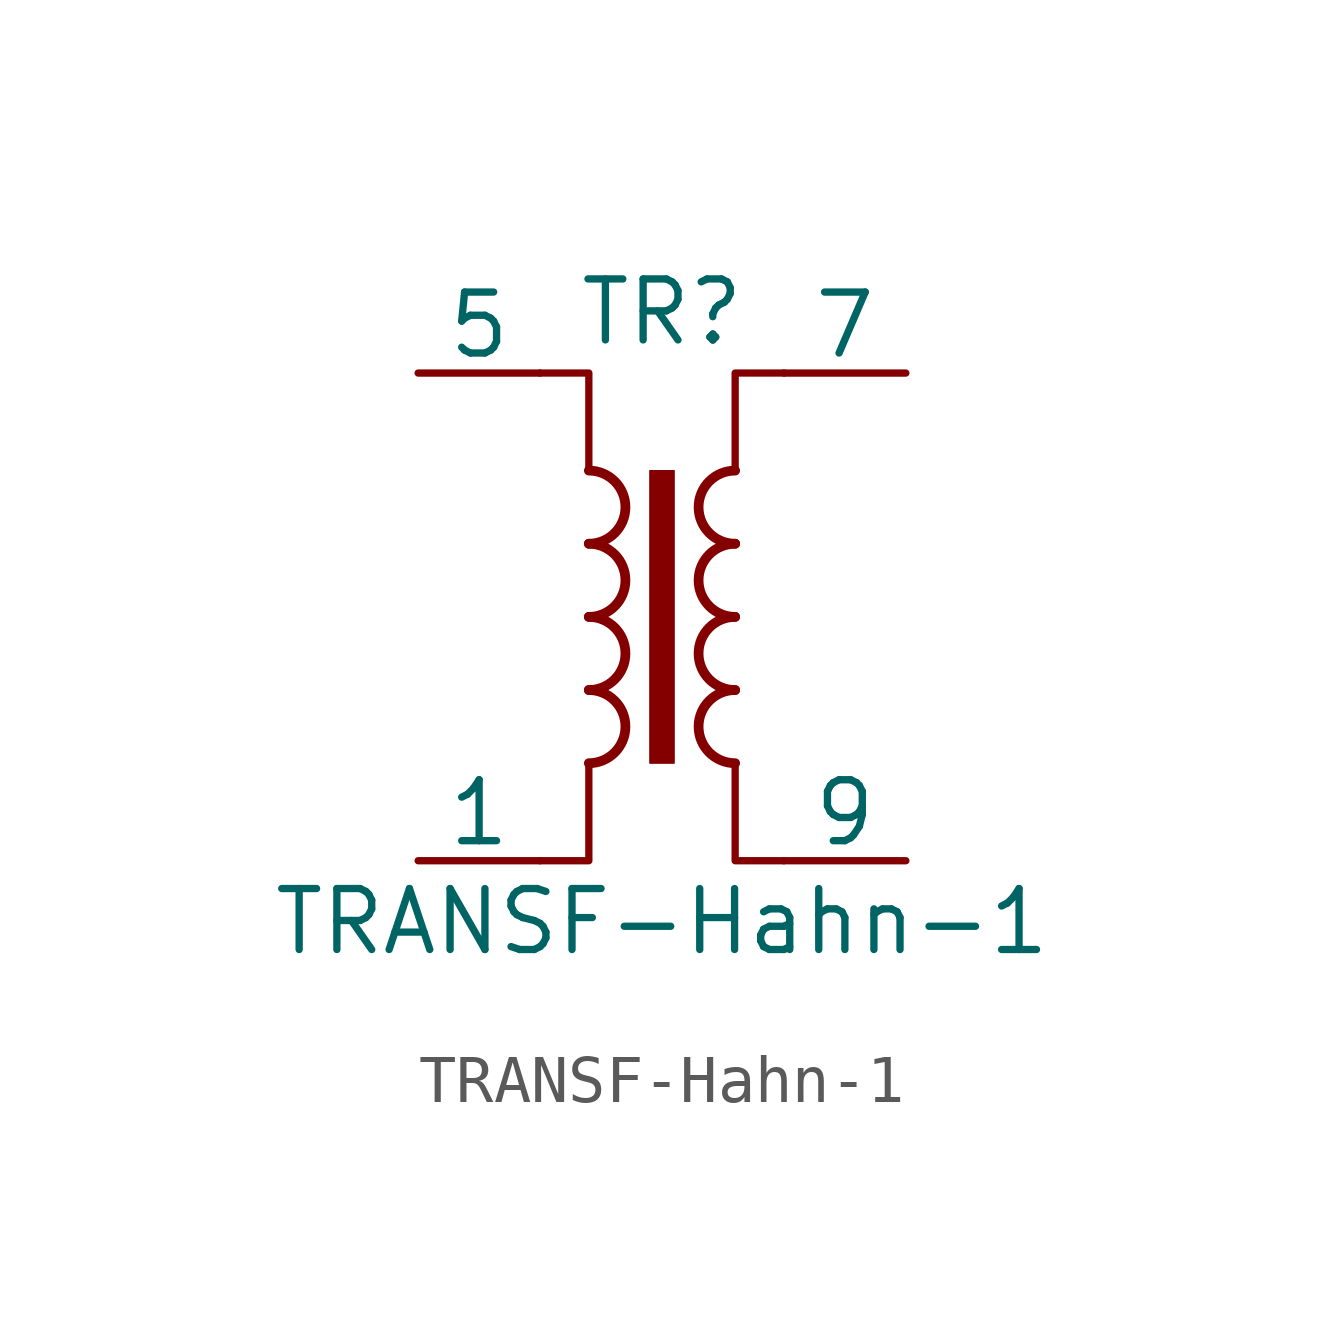
<source format=kicad_sym>
(kicad_symbol_lib
  (version 20211014)
  (generator kicad_symbol_editor)
  (symbol "TRANSF-Hahn-1"
    (pin_numbers hide)
    (pin_names
      (offset 0))
    (property "Reference" "TR"
      (at 0 6.35 0)
      (effects (font (size 1.27 1.27))))
    (property "Value" "TRANSF-Hahn-1"
      (at 0 -6.35 0)
      (effects (font (size 1.27 1.27))))
    (symbol "TRANSF-Hahn-1_0_1"
      (arc (start -1.524 -3.048) (mid -0.762 -2.286) (end -1.524 -1.524) (stroke (width 0.2032) (type default) (color 0 0 0 0)) (fill (type none)))
      (arc (start -1.524 -1.524) (mid -0.762 -0.762) (end -1.524 0) (stroke (width 0.2032) (type default) (color 0 0 0 0)) (fill (type none)))
      (arc (start -1.524 0) (mid -0.762 0.762) (end -1.524 1.524) (stroke (width 0.2032) (type default) (color 0 0 0 0)) (fill (type none)))
      (arc (start -1.524 1.524) (mid -0.762 2.286) (end -1.524 3.048) (stroke (width 0.2032) (type default) (color 0 0 0 0)) (fill (type none)))
      (rectangle (start -0.254 3.048) (end 0.254 -3.048) (stroke (width 0.025) (type default) (color 0 0 0 0)) (fill (type outline)))
      (polyline (pts (xy -2.54 5.08) (xy -1.524 5.08) (xy -1.524 3.048) (xy -1.524 3.048)) (stroke (width 0.152) (type default) (color 0 0 0 0)) (fill (type none)))
      (polyline (pts (xy -1.524 -3.048) (xy -1.524 -5.08) (xy -2.54 -5.08) (xy -2.54 -5.08)) (stroke (width 0.152) (type default) (color 0 0 0 0)) (fill (type none)))
      (polyline (pts (xy 1.524 3.048) (xy 1.524 5.08) (xy 2.54 5.08) (xy 2.54 5.08)) (stroke (width 0.152) (type default) (color 0 0 0 0)) (fill (type none)))
      (polyline (pts (xy 2.54 -5.08) (xy 1.524 -5.08) (xy 1.524 -3.048) (xy 1.524 -3.048)) (stroke (width 0.152) (type default) (color 0 0 0 0)) (fill (type none)))
      (arc (start 1.524 -1.524) (mid 0.762 -2.286) (end 1.524 -3.048) (stroke (width 0.2032) (type default) (color 0 0 0 0)) (fill (type none)))
      (arc (start 1.524 0) (mid 0.762 -0.762) (end 1.524 -1.524) (stroke (width 0.2032) (type default) (color 0 0 0 0)) (fill (type none)))
      (arc (start 1.524 1.524) (mid 0.762 0.762) (end 1.524 0) (stroke (width 0.2032) (type default) (color 0 0 0 0)) (fill (type none)))
      (arc (start 1.524 3.048) (mid 0.762 2.286) (end 1.524 1.524) (stroke (width 0.2032) (type default) (color 0 0 0 0)) (fill (type none))))
    (symbol "TRANSF-Hahn-1_1_1"
      (pin passive line (at -5.08 -5.08 0) (length 2.54) (name "1" (effects (font (size 1.27 1.27)))) (number "1" (effects (font (size 1.27 1.27)))))
      (pin passive line (at -5.08 5.08 0) (length 2.54) (name "5" (effects (font (size 1.27 1.27)))) (number "5" (effects (font (size 1.27 1.27)))))
      (pin passive line (at 5.08 5.08 180) (length 2.54) (name "7" (effects (font (size 1.27 1.27)))) (number "7" (effects (font (size 1.27 1.27)))))
      (pin passive line (at 5.08 -5.08 180) (length 2.54) (name "9" (effects (font (size 1.27 1.27)))) (number "9" (effects (font (size 1.27 1.27))))))))
</source>
